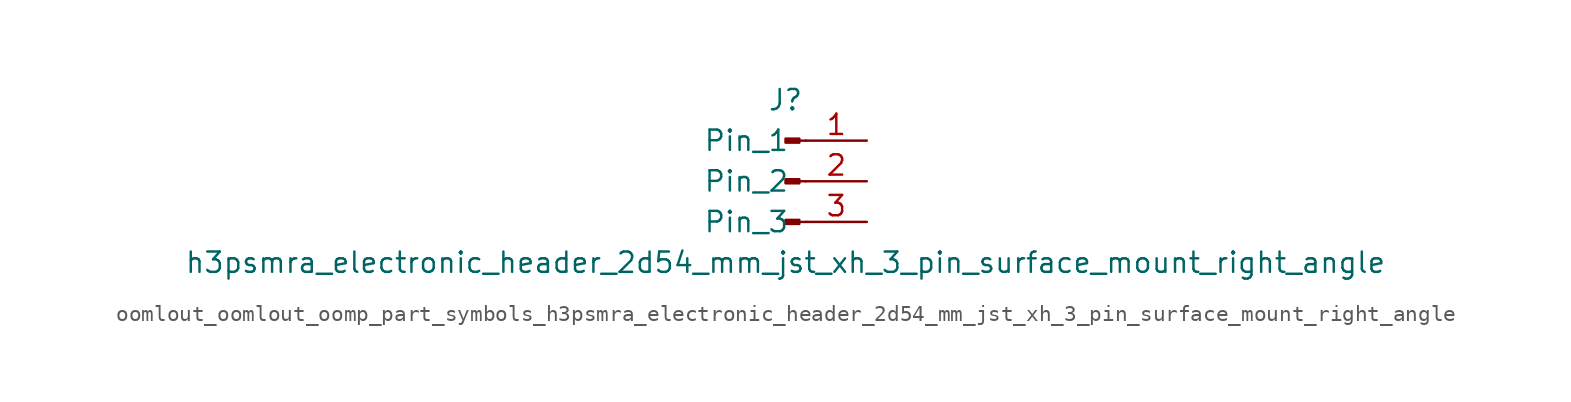
<source format=kicad_sym>
(kicad_symbol_lib
  (version 20220914)
  (generator kicad_symbol_editor)
  (symbol "oomlout_oomlout_oomp_part_symbols_h3psmra_electronic_header_2d54_mm_jst_xh_3_pin_surface_mount_right_angle"
    (pin_names
      (offset 1.016))
    (property "Reference" "J"
      (at 0 5.08 0)
      (effects (font (size 1.27 1.27))))
    (property "Value" "h3psmra_electronic_header_2d54_mm_jst_xh_3_pin_surface_mount_right_angle"
      (at 0 -5.08 0)
      (effects (font (size 1.27 1.27))))
    (property "ki_locked" ""
      (at 0 0 0)
      (effects (font (size 1.27 1.27))))
    (symbol "oomlout_oomlout_oomp_part_symbols_h3psmra_electronic_header_2d54_mm_jst_xh_3_pin_surface_mount_right_angle_1_1"
      (polyline (pts (xy 1.27 -2.54) (xy 0.864 -2.54)) (stroke (width 0.152) (type default)) (fill (type none)))
      (polyline (pts (xy 1.27 0) (xy 0.864 0)) (stroke (width 0.152) (type default)) (fill (type none)))
      (polyline (pts (xy 1.27 2.54) (xy 0.864 2.54)) (stroke (width 0.152) (type default)) (fill (type none)))
      (rectangle (start 0.864 -2.413) (end 0 -2.667) (stroke (width 0.152) (type default)) (fill (type outline)))
      (rectangle (start 0.864 0.127) (end 0 -0.127) (stroke (width 0.152) (type default)) (fill (type outline)))
      (rectangle (start 0.864 2.667) (end 0 2.413) (stroke (width 0.152) (type default)) (fill (type outline)))
      (pin passive line (at 5.08 2.54 180) (length 3.81) (name "Pin_1" (effects (font (size 1.27 1.27)))) (number "1" (effects (font (size 1.27 1.27)))))
      (pin passive line (at 5.08 0 180) (length 3.81) (name "Pin_2" (effects (font (size 1.27 1.27)))) (number "2" (effects (font (size 1.27 1.27)))))
      (pin passive line (at 5.08 -2.54 180) (length 3.81) (name "Pin_3" (effects (font (size 1.27 1.27)))) (number "3" (effects (font (size 1.27 1.27))))))))
</source>
